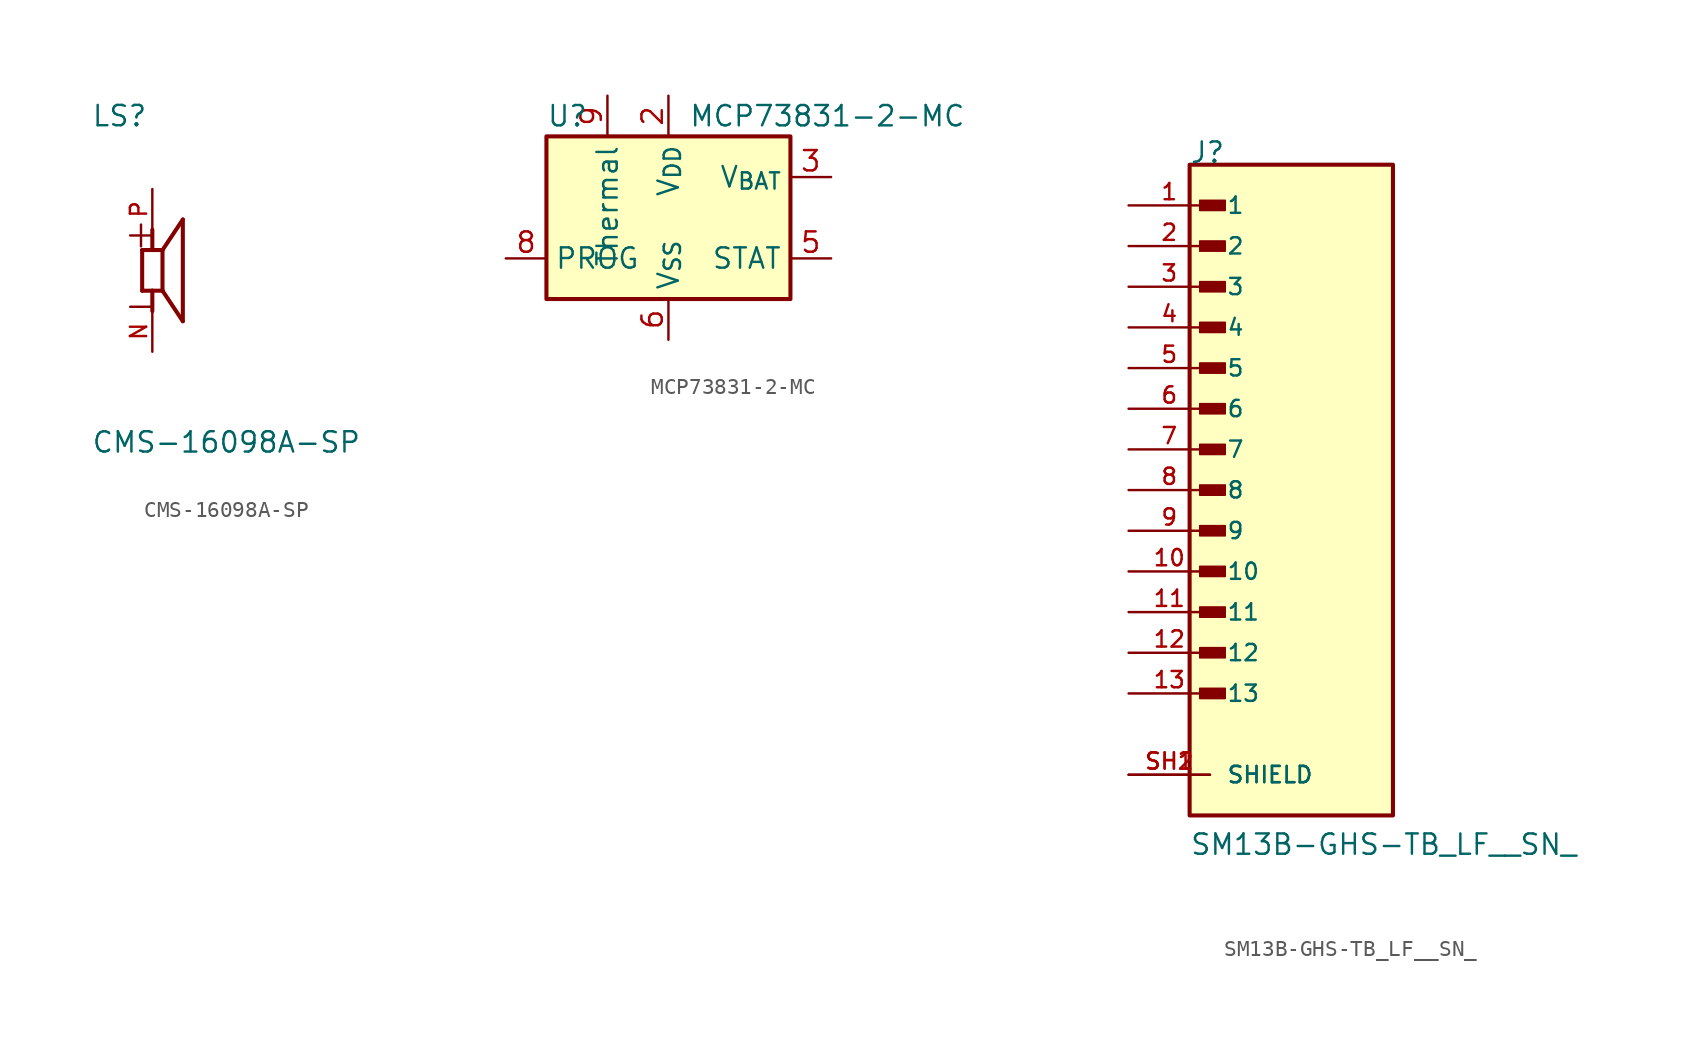
<source format=kicad_sym>
(kicad_symbol_lib
  (version 20241209)
  (generator "kicad_symbol_editor")
  (generator_version "9.0")
  (symbol "CMS-16098A-SP"
    (pin_names
      (offset 1.016))
    (property "Reference" "LS"
      (at -3.815 8.901 0)
      (effects (font (size 1.27 1.27)) (justify left bottom)))
    (property "Value" "CMS-16098A-SP"
      (at -3.825 -11.476 0)
      (effects (font (size 1.27 1.27)) (justify left bottom)))
    (symbol "CMS-16098A-SP_0_0"
      (polyline (pts (xy -0.635 1.27) (xy 0 1.27)) (stroke (width 0.254) (type default)) (fill (type none)))
      (polyline (pts (xy -0.635 -1.27) (xy -0.635 1.27)) (stroke (width 0.254) (type default)) (fill (type none)))
      (polyline (pts (xy 0 1.27) (xy 0 2.54)) (stroke (width 0.254) (type default)) (fill (type none)))
      (polyline (pts (xy 0 1.27) (xy 0.635 1.27)) (stroke (width 0.254) (type default)) (fill (type none)))
      (polyline (pts (xy 0 -1.27) (xy -0.635 -1.27)) (stroke (width 0.254) (type default)) (fill (type none)))
      (polyline (pts (xy 0 -1.27) (xy 0 -2.54)) (stroke (width 0.254) (type default)) (fill (type none)))
      (polyline (pts (xy 0.635 1.27) (xy 0.635 -1.27)) (stroke (width 0.254) (type default)) (fill (type none)))
      (polyline (pts (xy 0.635 1.27) (xy 1.905 3.175)) (stroke (width 0.254) (type default)) (fill (type none)))
      (polyline (pts (xy 0.635 -1.27) (xy 0 -1.27)) (stroke (width 0.254) (type default)) (fill (type none)))
      (polyline (pts (xy 1.905 3.175) (xy 1.905 -3.175)) (stroke (width 0.254) (type default)) (fill (type none)))
      (polyline (pts (xy 1.905 -3.175) (xy 0.635 -1.27)) (stroke (width 0.254) (type default)) (fill (type none)))
      (text "+" (at -1.912 1.274 0) (effects (font (size 1.784 1.784)) (justify left bottom)))
      (text "-" (at -1.906 -3.177 0) (effects (font (size 1.779 1.779)) (justify left bottom)))
      (pin passive line (at 0 5.08 270) (length 2.54) (name "~" (effects (font (size 1.016 1.016)))) (number "P" (effects (font (size 1.016 1.016)))))
      (pin passive line (at 0 -5.08 90) (length 2.54) (name "~" (effects (font (size 1.016 1.016)))) (number "N" (effects (font (size 1.016 1.016)))))))
  (symbol "MCP73831-2-MC"
    (property "Reference" "U"
      (at -7.62 6.35 0)
      (effects (font (size 1.27 1.27)) (justify left)))
    (property "Value" "MCP73831-2-MC"
      (at 1.27 6.35 0)
      (effects (font (size 1.27 1.27)) (justify left)))
    (symbol "MCP73831-2-MC_0_1"
      (rectangle (start -7.62 5.08) (end 7.62 -5.08) (stroke (width 0.254) (type default)) (fill (type background))))
    (symbol "MCP73831-2-MC_1_1"
      (pin input line (at -10.16 -2.54 0) (length 2.54) (name "PROG" (effects (font (size 1.27 1.27)))) (number "8" (effects (font (size 1.27 1.27)))))
      (pin no_connect line (at -7.62 2.54 0) (length 2.54) (hide yes) (name "NC" (effects (font (size 1.27 1.27)))) (number "7" (effects (font (size 1.27 1.27)))))
      (pin passive line (at -3.81 7.62 270) (length 2.54) (name "Thermal" (effects (font (size 1.27 1.27)))) (number "9" (effects (font (size 1.27 1.27)))))
      (pin passive line (at 0 7.62 270) (length 2.54) (hide yes) (name "V_{DD}" (effects (font (size 1.27 1.27)))) (number "1" (effects (font (size 1.27 1.27)))))
      (pin power_in line (at 0 7.62 270) (length 2.54) (name "V_{DD}" (effects (font (size 1.27 1.27)))) (number "2" (effects (font (size 1.27 1.27)))))
      (pin power_in line (at 0 -7.62 90) (length 2.54) (name "V_{SS}" (effects (font (size 1.27 1.27)))) (number "6" (effects (font (size 1.27 1.27)))))
      (pin power_out line (at 10.16 2.54 180) (length 2.54) (name "V_{BAT}" (effects (font (size 1.27 1.27)))) (number "3" (effects (font (size 1.27 1.27)))))
      (pin passive line (at 10.16 2.54 180) (length 2.54) (hide yes) (name "V_{BAT}" (effects (font (size 1.27 1.27)))) (number "4" (effects (font (size 1.27 1.27)))))
      (pin tri_state line (at 10.16 -2.54 180) (length 2.54) (name "STAT" (effects (font (size 1.27 1.27)))) (number "5" (effects (font (size 1.27 1.27)))))))
  (symbol "SM13B-GHS-TB_LF__SN_"
    (pin_names
      (offset 1.016))
    (property "Reference" "J"
      (at -6.357 20.343 0)
      (effects (font (size 1.27 1.27)) (justify left bottom)))
    (property "Value" "SM13B-GHS-TB_LF__SN_"
      (at -6.354 -22.876 0)
      (effects (font (size 1.27 1.27)) (justify left bottom)))
    (symbol "SM13B-GHS-TB_LF__SN__0_0"
      (rectangle (start -6.35 -20.32) (end 6.35 20.32) (stroke (width 0.254) (type default)) (fill (type background)))
      (rectangle (start -5.715 17.462) (end -4.128 18.098) (stroke (width 0.1) (type default)) (fill (type outline)))
      (rectangle (start -5.715 14.922) (end -4.128 15.557) (stroke (width 0.1) (type default)) (fill (type outline)))
      (rectangle (start -5.715 12.383) (end -4.128 13.018) (stroke (width 0.1) (type default)) (fill (type outline)))
      (rectangle (start -5.715 9.842) (end -4.128 10.477) (stroke (width 0.1) (type default)) (fill (type outline)))
      (rectangle (start -5.715 7.303) (end -4.128 7.938) (stroke (width 0.1) (type default)) (fill (type outline)))
      (rectangle (start -5.715 4.763) (end -4.128 5.397) (stroke (width 0.1) (type default)) (fill (type outline)))
      (rectangle (start -5.715 2.223) (end -4.128 2.857) (stroke (width 0.1) (type default)) (fill (type outline)))
      (rectangle (start -5.715 -0.318) (end -4.128 0.318) (stroke (width 0.1) (type default)) (fill (type outline)))
      (rectangle (start -5.715 -2.857) (end -4.128 -2.223) (stroke (width 0.1) (type default)) (fill (type outline)))
      (rectangle (start -5.715 -5.397) (end -4.128 -4.763) (stroke (width 0.1) (type default)) (fill (type outline)))
      (rectangle (start -5.715 -7.938) (end -4.128 -7.303) (stroke (width 0.1) (type default)) (fill (type outline)))
      (rectangle (start -5.715 -10.477) (end -4.128 -9.842) (stroke (width 0.1) (type default)) (fill (type outline)))
      (rectangle (start -5.715 -13.018) (end -4.128 -12.383) (stroke (width 0.1) (type default)) (fill (type outline)))
      (pin passive line (at -10.16 17.78 0) (length 5.08) (name "1" (effects (font (size 1.016 1.016)))) (number "1" (effects (font (size 1.016 1.016)))))
      (pin passive line (at -10.16 15.24 0) (length 5.08) (name "2" (effects (font (size 1.016 1.016)))) (number "2" (effects (font (size 1.016 1.016)))))
      (pin passive line (at -10.16 12.7 0) (length 5.08) (name "3" (effects (font (size 1.016 1.016)))) (number "3" (effects (font (size 1.016 1.016)))))
      (pin passive line (at -10.16 10.16 0) (length 5.08) (name "4" (effects (font (size 1.016 1.016)))) (number "4" (effects (font (size 1.016 1.016)))))
      (pin passive line (at -10.16 7.62 0) (length 5.08) (name "5" (effects (font (size 1.016 1.016)))) (number "5" (effects (font (size 1.016 1.016)))))
      (pin passive line (at -10.16 5.08 0) (length 5.08) (name "6" (effects (font (size 1.016 1.016)))) (number "6" (effects (font (size 1.016 1.016)))))
      (pin passive line (at -10.16 2.54 0) (length 5.08) (name "7" (effects (font (size 1.016 1.016)))) (number "7" (effects (font (size 1.016 1.016)))))
      (pin passive line (at -10.16 0 0) (length 5.08) (name "8" (effects (font (size 1.016 1.016)))) (number "8" (effects (font (size 1.016 1.016)))))
      (pin passive line (at -10.16 -2.54 0) (length 5.08) (name "9" (effects (font (size 1.016 1.016)))) (number "9" (effects (font (size 1.016 1.016)))))
      (pin passive line (at -10.16 -5.08 0) (length 5.08) (name "10" (effects (font (size 1.016 1.016)))) (number "10" (effects (font (size 1.016 1.016)))))
      (pin passive line (at -10.16 -7.62 0) (length 5.08) (name "11" (effects (font (size 1.016 1.016)))) (number "11" (effects (font (size 1.016 1.016)))))
      (pin passive line (at -10.16 -10.16 0) (length 5.08) (name "12" (effects (font (size 1.016 1.016)))) (number "12" (effects (font (size 1.016 1.016)))))
      (pin passive line (at -10.16 -12.7 0) (length 5.08) (name "13" (effects (font (size 1.016 1.016)))) (number "13" (effects (font (size 1.016 1.016)))))
      (pin passive line (at -10.16 -17.78 0) (length 5.08) (name "SHIELD" (effects (font (size 1.016 1.016)))) (number "SH1" (effects (font (size 1.016 1.016)))))
      (pin passive line (at -10.16 -17.78 0) (length 5.08) (name "SHIELD" (effects (font (size 1.016 1.016)))) (number "SH2" (effects (font (size 1.016 1.016))))))))
</source>
